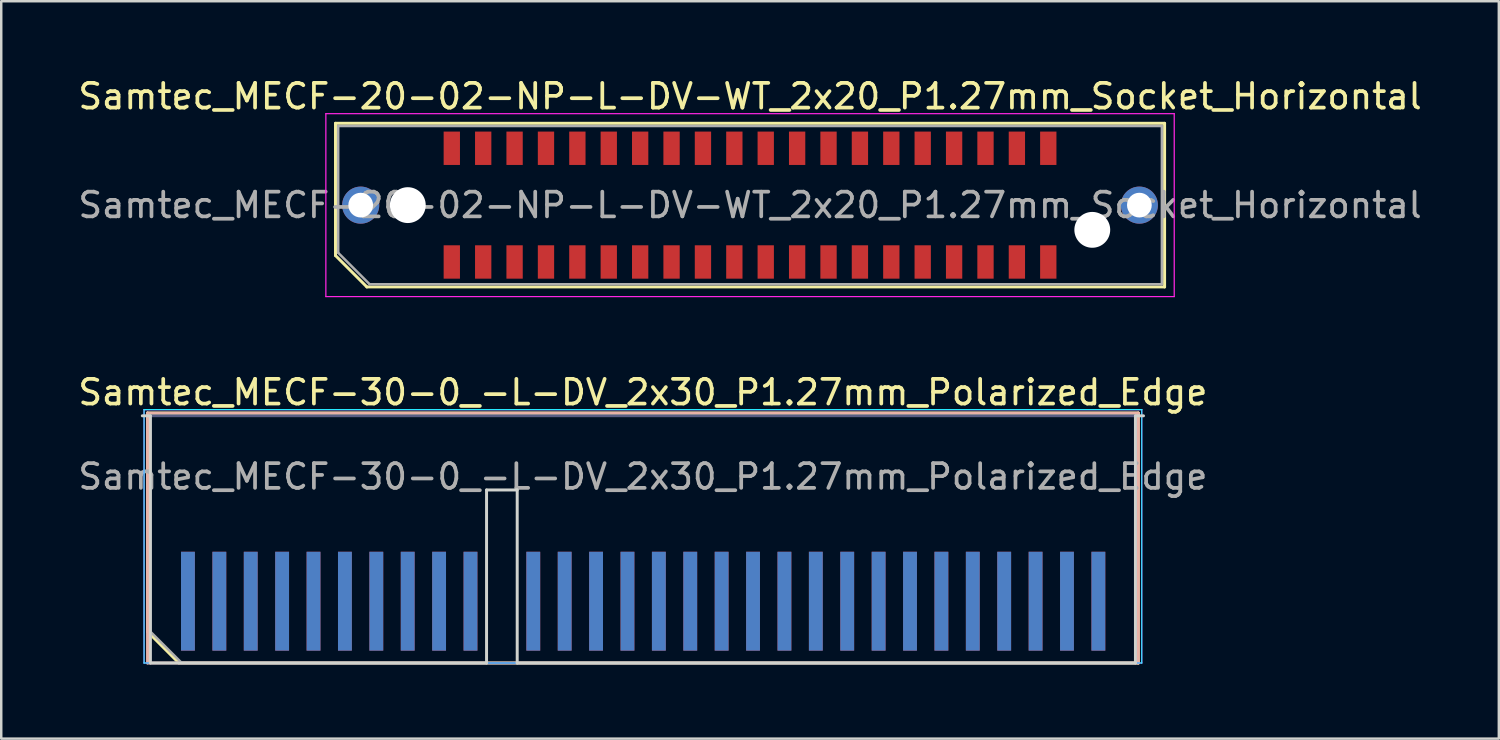
<source format=kicad_pcb>
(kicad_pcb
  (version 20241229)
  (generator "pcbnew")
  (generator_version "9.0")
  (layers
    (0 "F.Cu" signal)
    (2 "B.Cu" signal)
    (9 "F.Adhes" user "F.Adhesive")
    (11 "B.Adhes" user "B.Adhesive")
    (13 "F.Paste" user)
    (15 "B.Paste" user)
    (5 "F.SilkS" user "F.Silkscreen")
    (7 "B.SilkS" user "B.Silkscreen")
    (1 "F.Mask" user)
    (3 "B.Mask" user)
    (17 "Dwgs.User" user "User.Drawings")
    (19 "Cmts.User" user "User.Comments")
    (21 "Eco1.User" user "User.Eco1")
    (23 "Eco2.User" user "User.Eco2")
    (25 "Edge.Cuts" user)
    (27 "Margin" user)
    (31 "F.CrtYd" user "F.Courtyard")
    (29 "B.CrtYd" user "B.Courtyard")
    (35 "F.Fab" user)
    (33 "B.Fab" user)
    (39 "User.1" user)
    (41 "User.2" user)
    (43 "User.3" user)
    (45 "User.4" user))
  (footprint "Samtec_MECF-30-0_-L-DV_2x30_P1.27mm_Polarized_Edge"
    (layer "F.Cu")
    (at 22.958 18.771)
    (property "Reference" "Samtec_MECF-30-0_-L-DV_2x30_P1.27mm_Polarized_Edge" (at 0 -5.95 0) (layer "F.SilkS") (effects (font (size 1 1) (thickness 0.15))))
    (attr exclude_from_pos_files exclude_from_bom)
    (fp_line (start -20.04 -5.11) (end 20.04 -5.11) (stroke (width 0.12) (type solid)) (layer "F.SilkS"))
    (fp_line (start -20.04 3.73) (end -20.04 -5.11) (stroke (width 0.12) (type solid)) (layer "F.SilkS"))
    (fp_line (start -18.77 5) (end -20.04 3.73) (stroke (width 0.12) (type solid)) (layer "F.SilkS"))
    (fp_line (start -18.77 5) (end 20.04 5) (stroke (width 0.12) (type solid)) (layer "F.SilkS"))
    (fp_line (start 20.04 5) (end 20.04 -5.11) (stroke (width 0.12) (type solid)) (layer "F.SilkS"))
    (fp_line (start -20.04 -5.11) (end 20.04 -5.11) (stroke (width 0.12) (type solid)) (layer "B.SilkS"))
    (fp_line (start -20.04 5) (end -20.04 -5.11) (stroke (width 0.12) (type solid)) (layer "B.SilkS"))
    (fp_line (start -20.04 5) (end 20.04 5) (stroke (width 0.12) (type solid)) (layer "B.SilkS"))
    (fp_line (start 20.04 5) (end 20.04 -5.11) (stroke (width 0.12) (type solid)) (layer "B.SilkS"))
    (fp_line (start -20.25 -5) (end -19.925 -5) (stroke (width 0.12) (type solid)) (layer "Edge.Cuts"))
    (fp_line (start -19.925 5) (end -19.925 -5) (stroke (width 0.12) (type solid)) (layer "Edge.Cuts"))
    (fp_line (start -19.925 5) (end -6.325 5) (stroke (width 0.12) (type solid)) (layer "Edge.Cuts"))
    (fp_line (start -6.325 -2) (end -5.085 -2) (stroke (width 0.12) (type solid)) (layer "Edge.Cuts"))
    (fp_line (start -6.325 5) (end -6.325 -2) (stroke (width 0.12) (type solid)) (layer "Edge.Cuts"))
    (fp_line (start -5.085 5) (end -5.085 -2) (stroke (width 0.12) (type solid)) (layer "Edge.Cuts"))
    (fp_line (start -5.085 5) (end 19.925 5) (stroke (width 0.12) (type solid)) (layer "Edge.Cuts"))
    (fp_line (start 19.925 5) (end 19.925 -5) (stroke (width 0.12) (type solid)) (layer "Edge.Cuts"))
    (fp_line (start 20.25 -5) (end 19.925 -5) (stroke (width 0.12) (type solid)) (layer "Edge.Cuts"))
    (fp_line (start -20.18 -5.25) (end -20.18 5) (stroke (width 0.05) (type solid)) (layer "B.CrtYd"))
    (fp_line (start -20.18 5) (end 20.18 5) (stroke (width 0.05) (type solid)) (layer "B.CrtYd"))
    (fp_line (start 20.18 -5.25) (end -20.18 -5.25) (stroke (width 0.05) (type solid)) (layer "B.CrtYd"))
    (fp_line (start 20.18 5) (end 20.18 -5.25) (stroke (width 0.05) (type solid)) (layer "B.CrtYd"))
    (fp_line (start -20.18 -5.25) (end -20.18 5) (stroke (width 0.05) (type solid)) (layer "F.CrtYd"))
    (fp_line (start -20.18 5) (end 20.18 5) (stroke (width 0.05) (type solid)) (layer "F.CrtYd"))
    (fp_line (start 20.18 -5.25) (end -20.18 -5.25) (stroke (width 0.05) (type solid)) (layer "F.CrtYd"))
    (fp_line (start 20.18 5) (end 20.18 -5.25) (stroke (width 0.05) (type solid)) (layer "F.CrtYd"))
    (fp_line (start -19.925 -5) (end 19.925 -5) (stroke (width 0.1) (type solid)) (layer "B.Fab"))
    (fp_line (start -19.925 5) (end -19.925 -5) (stroke (width 0.1) (type solid)) (layer "B.Fab"))
    (fp_line (start -19.925 5) (end 19.925 5) (stroke (width 0.1) (type solid)) (layer "B.Fab"))
    (fp_line (start 19.925 5) (end 19.925 -5) (stroke (width 0.1) (type solid)) (layer "B.Fab"))
    (fp_line (start -19.925 -5) (end 19.925 -5) (stroke (width 0.1) (type solid)) (layer "F.Fab"))
    (fp_line (start -19.925 3.73) (end -19.925 -5) (stroke (width 0.1) (type solid)) (layer "F.Fab"))
    (fp_line (start -19.925 3.73) (end -18.655 5) (stroke (width 0.1) (type solid)) (layer "F.Fab"))
    (fp_line (start -18.655 5) (end 19.925 5) (stroke (width 0.1) (type solid)) (layer "F.Fab"))
    (fp_line (start 19.925 5) (end 19.925 -5) (stroke (width 0.1) (type solid)) (layer "F.Fab"))
    (fp_text user "${REFERENCE}" (at 0 -2.54 0) (layer "F.Fab") (effects (font (size 1 1) (thickness 0.15))))
    (pad "1" connect rect (at -18.405 2.5) (size 0.56 4) (layers "F.Cu" "F.Mask"))
    (pad "2" connect rect (at -18.405 2.5) (size 0.56 4) (layers "B.Cu" "B.Mask"))
    (pad "3" connect rect (at -17.135 2.5) (size 0.56 4) (layers "F.Cu" "F.Mask"))
    (pad "4" connect rect (at -17.135 2.5) (size 0.56 4) (layers "B.Cu" "B.Mask"))
    (pad "5" connect rect (at -15.865 2.5) (size 0.56 4) (layers "F.Cu" "F.Mask"))
    (pad "6" connect rect (at -15.865 2.5) (size 0.56 4) (layers "B.Cu" "B.Mask"))
    (pad "7" connect rect (at -14.595 2.5) (size 0.56 4) (layers "F.Cu" "F.Mask"))
    (pad "8" connect rect (at -14.595 2.5) (size 0.56 4) (layers "B.Cu" "B.Mask"))
    (pad "9" connect rect (at -13.325 2.5) (size 0.56 4) (layers "F.Cu" "F.Mask"))
    (pad "10" connect rect (at -13.325 2.5) (size 0.56 4) (layers "B.Cu" "B.Mask"))
    (pad "11" connect rect (at -12.055 2.5) (size 0.56 4) (layers "F.Cu" "F.Mask"))
    (pad "12" connect rect (at -12.055 2.5) (size 0.56 4) (layers "B.Cu" "B.Mask"))
    (pad "13" connect rect (at -10.785 2.5) (size 0.56 4) (layers "F.Cu" "F.Mask"))
    (pad "14" connect rect (at -10.785 2.5) (size 0.56 4) (layers "B.Cu" "B.Mask"))
    (pad "15" connect rect (at -9.515 2.5) (size 0.56 4) (layers "F.Cu" "F.Mask"))
    (pad "16" connect rect (at -9.515 2.5) (size 0.56 4) (layers "B.Cu" "B.Mask"))
    (pad "17" connect rect (at -8.245 2.5) (size 0.56 4) (layers "F.Cu" "F.Mask"))
    (pad "18" connect rect (at -8.245 2.5) (size 0.56 4) (layers "B.Cu" "B.Mask"))
    (pad "19" connect rect (at -6.975 2.5) (size 0.56 4) (layers "F.Cu" "F.Mask"))
    (pad "20" connect rect (at -6.975 2.5) (size 0.56 4) (layers "B.Cu" "B.Mask"))
    (pad "23" connect rect (at -4.435 2.5) (size 0.56 4) (layers "F.Cu" "F.Mask"))
    (pad "24" connect rect (at -4.435 2.5) (size 0.56 4) (layers "B.Cu" "B.Mask"))
    (pad "25" connect rect (at -3.165 2.5) (size 0.56 4) (layers "F.Cu" "F.Mask"))
    (pad "26" connect rect (at -3.165 2.5) (size 0.56 4) (layers "B.Cu" "B.Mask"))
    (pad "27" connect rect (at -1.895 2.5) (size 0.56 4) (layers "F.Cu" "F.Mask"))
    (pad "28" connect rect (at -1.895 2.5) (size 0.56 4) (layers "B.Cu" "B.Mask"))
    (pad "29" connect rect (at -0.625 2.5) (size 0.56 4) (layers "F.Cu" "F.Mask"))
    (pad "30" connect rect (at -0.625 2.5) (size 0.56 4) (layers "B.Cu" "B.Mask"))
    (pad "31" connect rect (at 0.645 2.5) (size 0.56 4) (layers "F.Cu" "F.Mask"))
    (pad "32" connect rect (at 0.645 2.5) (size 0.56 4) (layers "B.Cu" "B.Mask"))
    (pad "33" connect rect (at 1.915 2.5) (size 0.56 4) (layers "F.Cu" "F.Mask"))
    (pad "34" connect rect (at 1.915 2.5) (size 0.56 4) (layers "B.Cu" "B.Mask"))
    (pad "35" connect rect (at 3.185 2.5) (size 0.56 4) (layers "F.Cu" "F.Mask"))
    (pad "36" connect rect (at 3.185 2.5) (size 0.56 4) (layers "B.Cu" "B.Mask"))
    (pad "37" connect rect (at 4.455 2.5) (size 0.56 4) (layers "F.Cu" "F.Mask"))
    (pad "38" connect rect (at 4.455 2.5) (size 0.56 4) (layers "B.Cu" "B.Mask"))
    (pad "39" connect rect (at 5.725 2.5) (size 0.56 4) (layers "F.Cu" "F.Mask"))
    (pad "40" connect rect (at 5.725 2.5) (size 0.56 4) (layers "B.Cu" "B.Mask"))
    (pad "41" connect rect (at 6.995 2.5) (size 0.56 4) (layers "F.Cu" "F.Mask"))
    (pad "42" connect rect (at 6.995 2.5) (size 0.56 4) (layers "B.Cu" "B.Mask"))
    (pad "43" connect rect (at 8.265 2.5) (size 0.56 4) (layers "F.Cu" "F.Mask"))
    (pad "44" connect rect (at 8.265 2.5) (size 0.56 4) (layers "B.Cu" "B.Mask"))
    (pad "45" connect rect (at 9.535 2.5) (size 0.56 4) (layers "F.Cu" "F.Mask"))
    (pad "46" connect rect (at 9.535 2.5) (size 0.56 4) (layers "B.Cu" "B.Mask"))
    (pad "47" connect rect (at 10.805 2.5) (size 0.56 4) (layers "F.Cu" "F.Mask"))
    (pad "48" connect rect (at 10.805 2.5) (size 0.56 4) (layers "B.Cu" "B.Mask"))
    (pad "49" connect rect (at 12.075 2.5) (size 0.56 4) (layers "F.Cu" "F.Mask"))
    (pad "50" connect rect (at 12.075 2.5) (size 0.56 4) (layers "B.Cu" "B.Mask"))
    (pad "51" connect rect (at 13.345 2.5) (size 0.56 4) (layers "F.Cu" "F.Mask"))
    (pad "52" connect rect (at 13.345 2.5) (size 0.56 4) (layers "B.Cu" "B.Mask"))
    (pad "53" connect rect (at 14.615 2.5) (size 0.56 4) (layers "F.Cu" "F.Mask"))
    (pad "54" connect rect (at 14.615 2.5) (size 0.56 4) (layers "B.Cu" "B.Mask"))
    (pad "55" connect rect (at 15.885 2.5) (size 0.56 4) (layers "F.Cu" "F.Mask"))
    (pad "56" connect rect (at 15.885 2.5) (size 0.56 4) (layers "B.Cu" "B.Mask"))
    (pad "57" connect rect (at 17.155 2.5) (size 0.56 4) (layers "F.Cu" "F.Mask"))
    (pad "58" connect rect (at 17.155 2.5) (size 0.56 4) (layers "B.Cu" "B.Mask"))
    (pad "59" connect rect (at 18.425 2.5) (size 0.56 4) (layers "F.Cu" "F.Mask"))
    (pad "60" connect rect (at 18.425 2.5) (size 0.56 4) (layers "B.Cu" "B.Mask")))
  (footprint "Samtec_MECF-20-02-NP-L-DV-WT_2x20_P1.27mm_Socket_Horizontal"
    (layer "F.Cu")
    (at 27.292 5.248)
    (property "Reference" "Samtec_MECF-20-02-NP-L-DV-WT_2x20_P1.27mm_Socket_Horizontal" (at 0 -4.4 0) (layer "F.SilkS") (effects (font (size 1 1) (thickness 0.15))))
    (attr smd)
    (fp_line (start -16.77 -3.31) (end 16.77 -3.31) (stroke (width 0.12) (type solid)) (layer "F.SilkS"))
    (fp_line (start -16.77 2.04) (end -16.77 -3.31) (stroke (width 0.12) (type solid)) (layer "F.SilkS"))
    (fp_line (start -15.5 3.31) (end -16.77 2.04) (stroke (width 0.12) (type solid)) (layer "F.SilkS"))
    (fp_line (start -15.5 3.31) (end 16.77 3.31) (stroke (width 0.12) (type solid)) (layer "F.SilkS"))
    (fp_line (start 16.77 3.31) (end 16.77 -3.31) (stroke (width 0.12) (type solid)) (layer "F.SilkS"))
    (fp_line (start -17.16 -3.7) (end -17.16 3.7) (stroke (width 0.05) (type solid)) (layer "F.CrtYd"))
    (fp_line (start -17.16 3.7) (end 17.16 3.7) (stroke (width 0.05) (type solid)) (layer "F.CrtYd"))
    (fp_line (start 17.16 -3.7) (end -17.16 -3.7) (stroke (width 0.05) (type solid)) (layer "F.CrtYd"))
    (fp_line (start 17.16 3.7) (end 17.16 -3.7) (stroke (width 0.05) (type solid)) (layer "F.CrtYd"))
    (fp_line (start -16.66 -3.2) (end 16.66 -3.2) (stroke (width 0.1) (type solid)) (layer "F.Fab"))
    (fp_line (start -16.66 1.93) (end -16.66 -3.2) (stroke (width 0.1) (type solid)) (layer "F.Fab"))
    (fp_line (start -16.66 1.93) (end -15.39 3.2) (stroke (width 0.1) (type solid)) (layer "F.Fab"))
    (fp_line (start -15.39 3.2) (end 16.66 3.2) (stroke (width 0.1) (type solid)) (layer "F.Fab"))
    (fp_line (start 16.66 3.2) (end 16.66 -3.2) (stroke (width 0.1) (type solid)) (layer "F.Fab"))
    (fp_text user "${REFERENCE}" (at 0 0 0) (layer "F.Fab") (effects (font (size 1 1) (thickness 0.15))))
    (pad "" thru_hole circle (at -15.75 0) (size 1.5 1.5) (drill 1) (layers "*.Cu" "*.Mask"))
    (pad "" np_thru_hole circle (at -13.845 0) (size 1.45 1.45) (drill 1.45) (layers "*.Cu" "*.Mask"))
    (pad "" np_thru_hole circle (at 13.845 1) (size 1.45 1.45) (drill 1.45) (layers "*.Cu" "*.Mask"))
    (pad "" thru_hole circle (at 15.75 0) (size 1.5 1.5) (drill 1) (layers "*.Cu" "*.Mask"))
    (pad "1" smd rect (at -12.065 2.3) (size 0.66 1.35) (layers "F.Cu" "F.Mask" "F.Paste"))
    (pad "2" smd rect (at -12.065 -2.3) (size 0.66 1.35) (layers "F.Cu" "F.Mask" "F.Paste"))
    (pad "3" smd rect (at -10.795 2.3) (size 0.66 1.35) (layers "F.Cu" "F.Mask" "F.Paste"))
    (pad "4" smd rect (at -10.795 -2.3) (size 0.66 1.35) (layers "F.Cu" "F.Mask" "F.Paste"))
    (pad "5" smd rect (at -9.525 2.3) (size 0.66 1.35) (layers "F.Cu" "F.Mask" "F.Paste"))
    (pad "6" smd rect (at -9.525 -2.3) (size 0.66 1.35) (layers "F.Cu" "F.Mask" "F.Paste"))
    (pad "7" smd rect (at -8.255 2.3) (size 0.66 1.35) (layers "F.Cu" "F.Mask" "F.Paste"))
    (pad "8" smd rect (at -8.255 -2.3) (size 0.66 1.35) (layers "F.Cu" "F.Mask" "F.Paste"))
    (pad "9" smd rect (at -6.985 2.3) (size 0.66 1.35) (layers "F.Cu" "F.Mask" "F.Paste"))
    (pad "10" smd rect (at -6.985 -2.3) (size 0.66 1.35) (layers "F.Cu" "F.Mask" "F.Paste"))
    (pad "11" smd rect (at -5.715 2.3) (size 0.66 1.35) (layers "F.Cu" "F.Mask" "F.Paste"))
    (pad "12" smd rect (at -5.715 -2.3) (size 0.66 1.35) (layers "F.Cu" "F.Mask" "F.Paste"))
    (pad "13" smd rect (at -4.445 2.3) (size 0.66 1.35) (layers "F.Cu" "F.Mask" "F.Paste"))
    (pad "14" smd rect (at -4.445 -2.3) (size 0.66 1.35) (layers "F.Cu" "F.Mask" "F.Paste"))
    (pad "15" smd rect (at -3.175 2.3) (size 0.66 1.35) (layers "F.Cu" "F.Mask" "F.Paste"))
    (pad "16" smd rect (at -3.175 -2.3) (size 0.66 1.35) (layers "F.Cu" "F.Mask" "F.Paste"))
    (pad "17" smd rect (at -1.905 2.3) (size 0.66 1.35) (layers "F.Cu" "F.Mask" "F.Paste"))
    (pad "18" smd rect (at -1.905 -2.3) (size 0.66 1.35) (layers "F.Cu" "F.Mask" "F.Paste"))
    (pad "19" smd rect (at -0.635 2.3) (size 0.66 1.35) (layers "F.Cu" "F.Mask" "F.Paste"))
    (pad "20" smd rect (at -0.635 -2.3) (size 0.66 1.35) (layers "F.Cu" "F.Mask" "F.Paste"))
    (pad "21" smd rect (at 0.635 2.3) (size 0.66 1.35) (layers "F.Cu" "F.Mask" "F.Paste"))
    (pad "22" smd rect (at 0.635 -2.3) (size 0.66 1.35) (layers "F.Cu" "F.Mask" "F.Paste"))
    (pad "23" smd rect (at 1.905 2.3) (size 0.66 1.35) (layers "F.Cu" "F.Mask" "F.Paste"))
    (pad "24" smd rect (at 1.905 -2.3) (size 0.66 1.35) (layers "F.Cu" "F.Mask" "F.Paste"))
    (pad "25" smd rect (at 3.175 2.3) (size 0.66 1.35) (layers "F.Cu" "F.Mask" "F.Paste"))
    (pad "26" smd rect (at 3.175 -2.3) (size 0.66 1.35) (layers "F.Cu" "F.Mask" "F.Paste"))
    (pad "27" smd rect (at 4.445 2.3) (size 0.66 1.35) (layers "F.Cu" "F.Mask" "F.Paste"))
    (pad "28" smd rect (at 4.445 -2.3) (size 0.66 1.35) (layers "F.Cu" "F.Mask" "F.Paste"))
    (pad "29" smd rect (at 5.715 2.3) (size 0.66 1.35) (layers "F.Cu" "F.Mask" "F.Paste"))
    (pad "30" smd rect (at 5.715 -2.3) (size 0.66 1.35) (layers "F.Cu" "F.Mask" "F.Paste"))
    (pad "31" smd rect (at 6.985 2.3) (size 0.66 1.35) (layers "F.Cu" "F.Mask" "F.Paste"))
    (pad "32" smd rect (at 6.985 -2.3) (size 0.66 1.35) (layers "F.Cu" "F.Mask" "F.Paste"))
    (pad "33" smd rect (at 8.255 2.3) (size 0.66 1.35) (layers "F.Cu" "F.Mask" "F.Paste"))
    (pad "34" smd rect (at 8.255 -2.3) (size 0.66 1.35) (layers "F.Cu" "F.Mask" "F.Paste"))
    (pad "35" smd rect (at 9.525 2.3) (size 0.66 1.35) (layers "F.Cu" "F.Mask" "F.Paste"))
    (pad "36" smd rect (at 9.525 -2.3) (size 0.66 1.35) (layers "F.Cu" "F.Mask" "F.Paste"))
    (pad "37" smd rect (at 10.795 2.3) (size 0.66 1.35) (layers "F.Cu" "F.Mask" "F.Paste"))
    (pad "38" smd rect (at 10.795 -2.3) (size 0.66 1.35) (layers "F.Cu" "F.Mask" "F.Paste"))
    (pad "39" smd rect (at 12.065 2.3) (size 0.66 1.35) (layers "F.Cu" "F.Mask" "F.Paste"))
    (pad "40" smd rect (at 12.065 -2.3) (size 0.66 1.35) (layers "F.Cu" "F.Mask" "F.Paste")))
  (gr_rect
    (start -3 -3)
    (end 57.583 26.831)
    (stroke (width 0.1) (type default))
    (fill no)
    (layer "Edge.Cuts")))
</source>
